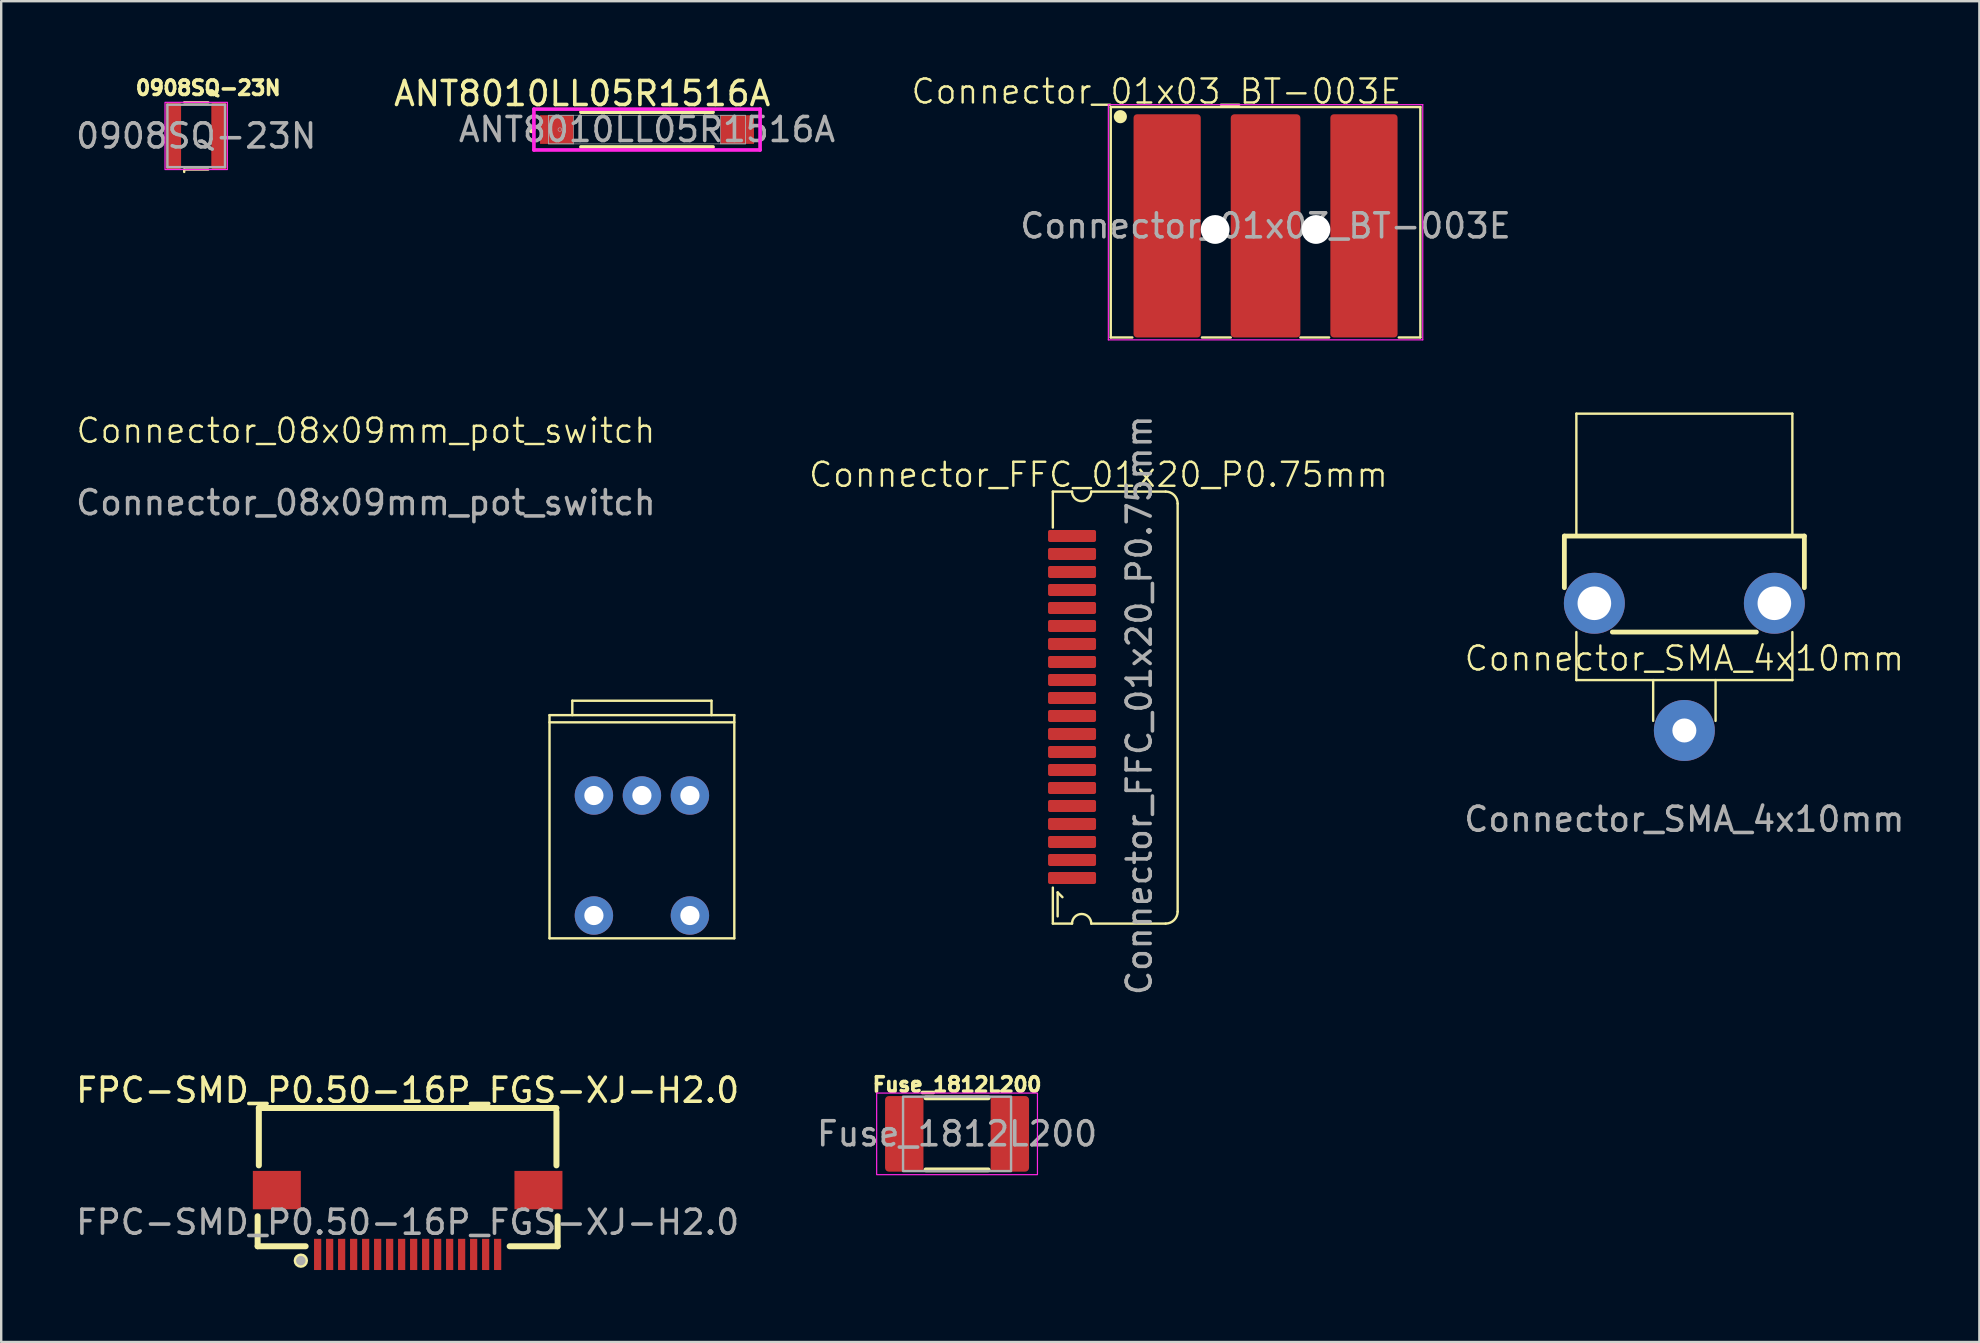
<source format=kicad_pcb>
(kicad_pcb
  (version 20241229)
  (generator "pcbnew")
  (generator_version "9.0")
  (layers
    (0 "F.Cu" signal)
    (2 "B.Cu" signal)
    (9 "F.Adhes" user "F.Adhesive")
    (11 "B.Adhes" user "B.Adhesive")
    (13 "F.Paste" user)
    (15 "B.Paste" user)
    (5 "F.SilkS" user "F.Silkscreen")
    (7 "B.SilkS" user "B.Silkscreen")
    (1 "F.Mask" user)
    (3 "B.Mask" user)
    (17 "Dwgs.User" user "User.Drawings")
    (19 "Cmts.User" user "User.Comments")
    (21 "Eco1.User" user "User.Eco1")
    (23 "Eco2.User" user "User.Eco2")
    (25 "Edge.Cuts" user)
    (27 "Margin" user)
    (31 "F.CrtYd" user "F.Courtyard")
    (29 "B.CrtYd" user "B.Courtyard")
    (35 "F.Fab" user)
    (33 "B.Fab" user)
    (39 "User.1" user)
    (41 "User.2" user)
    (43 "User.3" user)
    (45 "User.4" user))
  (footprint "Connector_08x09mm_pot_switch"
    (layer "F.Cu")
    (at 23.696 30.096)
    (property "Reference" "Connector_08x09mm_pot_switch" (at -11.5 -15.2 0) (unlocked yes) (layer "F.SilkS") (effects (font (size 1 1) (thickness 0.1))))
    (attr through_hole)
    (fp_line (start -3.85 -3.35) (end 3.85 -3.35) (stroke (width 0.1) (type default)) (layer "F.SilkS"))
    (fp_line (start -3.85 -3.05) (end 3.85 -3.05) (stroke (width 0.1) (type default)) (layer "F.SilkS"))
    (fp_line (start -3.85 5.95) (end -3.85 -3.35) (stroke (width 0.1) (type default)) (layer "F.SilkS"))
    (fp_line (start -2.9 -3.95) (end 2.9 -3.95) (stroke (width 0.1) (type default)) (layer "F.SilkS"))
    (fp_line (start -2.9 -3.35) (end -2.9 -3.95) (stroke (width 0.1) (type default)) (layer "F.SilkS"))
    (fp_line (start 2.9 -3.95) (end 2.9 -3.35) (stroke (width 0.1) (type default)) (layer "F.SilkS"))
    (fp_line (start 3.85 -3.35) (end 3.85 5.95) (stroke (width 0.1) (type default)) (layer "F.SilkS"))
    (fp_line (start 3.85 5.95) (end -3.85 5.95) (stroke (width 0.1) (type default)) (layer "F.SilkS"))
    (fp_text user "${REFERENCE}" (at -11.5 -12.2 0) (unlocked yes) (layer "F.Fab") (effects (font (size 1 1) (thickness 0.15))))
    (pad "1" thru_hole circle (at -2 0) (size 1.6 1.6) (drill 0.8) (layers "*.Cu" "*.Mask"))
    (pad "2" thru_hole circle (at 0 0) (size 1.6 1.6) (drill 0.8) (layers "*.Cu" "*.Mask"))
    (pad "3" thru_hole circle (at 2 0) (size 1.6 1.6) (drill 0.8) (layers "*.Cu" "*.Mask"))
    (pad "S1" thru_hole circle (at -2 5) (size 1.6 1.6) (drill 0.8) (layers "*.Cu" "*.Mask"))
    (pad "S2" thru_hole circle (at 2 5) (size 1.6 1.6) (drill 0.8) (layers "*.Cu" "*.Mask")))
  (footprint "Connector_FFC_01x20_P0.75mm"
    (layer "F.Cu")
    (at 41.618 33.532)
    (property "Reference" "Connector_FFC_01x20_P0.75mm" (at 1.1 -16.8 0) (unlocked yes) (layer "F.SilkS") (effects (font (size 1 1) (thickness 0.1))))
    (attr exclude_from_pos_files exclude_from_bom)
    (fp_line (start -0.8 -16.1) (end -0.8 -14.6) (stroke (width 0.1) (type default)) (layer "F.SilkS"))
    (fp_line (start -0.8 0.4) (end -0.8 1.9) (stroke (width 0.1) (type default)) (layer "F.SilkS"))
    (fp_line (start -0.6 0.6) (end -0.4 0.8) (stroke (width 0.1) (type default)) (layer "F.SilkS"))
    (fp_line (start -0.6 1.6) (end -0.6 0.6) (stroke (width 0.1) (type default)) (layer "F.SilkS"))
    (fp_line (start 0 -16.1) (end -0.8 -16.1) (stroke (width 0.1) (type default)) (layer "F.SilkS"))
    (fp_line (start 0 1.9) (end -0.8 1.9) (stroke (width 0.1) (type default)) (layer "F.SilkS"))
    (fp_line (start 0.8 1.9) (end 3.9 1.9) (stroke (width 0.1) (type default)) (layer "F.SilkS"))
    (fp_line (start 3.9 -16.1) (end 0.8 -16.1) (stroke (width 0.1) (type default)) (layer "F.SilkS"))
    (fp_line (start 4.4 1.4) (end 4.4 -15.6) (stroke (width 0.1) (type default)) (layer "F.SilkS"))
    (fp_arc (start 0 1.9) (mid 0.4 1.5) (end 0.8 1.9) (stroke (width 0.1) (type default)) (layer "F.SilkS"))
    (fp_arc (start 0.8 -16.1) (mid 0.4 -15.7) (end 0 -16.1) (stroke (width 0.1) (type default)) (layer "F.SilkS"))
    (fp_arc (start 3.9 -16.1) (mid 4.253553 -15.953553) (end 4.4 -15.6) (stroke (width 0.1) (type default)) (layer "F.SilkS"))
    (fp_arc (start 4.400001 1.400001) (mid 4.253554 1.753554) (end 3.900001 1.900001) (stroke (width 0.1) (type default)) (layer "F.SilkS"))
    (fp_text user "${REFERENCE}" (at 2.8 -7.2 90) (unlocked yes) (layer "F.Fab") (effects (font (size 1 1) (thickness 0.15))))
    (pad "1" smd roundrect (at 0 0) (size 2 0.5) (layers "F.Cu" "F.Mask" "F.Paste") (roundrect_rratio 0.156))
    (pad "2" smd roundrect (at 0 -0.75) (size 2 0.5) (layers "F.Cu" "F.Mask" "F.Paste") (roundrect_rratio 0.156))
    (pad "3" smd roundrect (at 0 -1.5) (size 2 0.5) (layers "F.Cu" "F.Mask" "F.Paste") (roundrect_rratio 0.156))
    (pad "4" smd roundrect (at 0 -2.25) (size 2 0.5) (layers "F.Cu" "F.Mask" "F.Paste") (roundrect_rratio 0.156))
    (pad "5" smd roundrect (at 0 -3) (size 2 0.5) (layers "F.Cu" "F.Mask" "F.Paste") (roundrect_rratio 0.156))
    (pad "6" smd roundrect (at 0 -3.75) (size 2 0.5) (layers "F.Cu" "F.Mask" "F.Paste") (roundrect_rratio 0.156))
    (pad "7" smd roundrect (at 0 -4.5) (size 2 0.5) (layers "F.Cu" "F.Mask" "F.Paste") (roundrect_rratio 0.156))
    (pad "8" smd roundrect (at 0 -5.25) (size 2 0.5) (layers "F.Cu" "F.Mask" "F.Paste") (roundrect_rratio 0.156))
    (pad "9" smd roundrect (at 0 -6) (size 2 0.5) (layers "F.Cu" "F.Mask" "F.Paste") (roundrect_rratio 0.156))
    (pad "10" smd roundrect (at 0 -6.75) (size 2 0.5) (layers "F.Cu" "F.Mask" "F.Paste") (roundrect_rratio 0.156))
    (pad "11" smd roundrect (at 0 -7.5) (size 2 0.5) (layers "F.Cu" "F.Mask" "F.Paste") (roundrect_rratio 0.156))
    (pad "12" smd roundrect (at 0 -8.25) (size 2 0.5) (layers "F.Cu" "F.Mask" "F.Paste") (roundrect_rratio 0.156))
    (pad "13" smd roundrect (at 0 -9) (size 2 0.5) (layers "F.Cu" "F.Mask" "F.Paste") (roundrect_rratio 0.156))
    (pad "14" smd roundrect (at 0 -9.75) (size 2 0.5) (layers "F.Cu" "F.Mask" "F.Paste") (roundrect_rratio 0.156))
    (pad "15" smd roundrect (at 0 -10.5) (size 2 0.5) (layers "F.Cu" "F.Mask" "F.Paste") (roundrect_rratio 0.156))
    (pad "16" smd roundrect (at 0 -11.25) (size 2 0.5) (layers "F.Cu" "F.Mask" "F.Paste") (roundrect_rratio 0.156))
    (pad "17" smd roundrect (at 0 -12) (size 2 0.5) (layers "F.Cu" "F.Mask" "F.Paste") (roundrect_rratio 0.156))
    (pad "18" smd roundrect (at 0 -12.75) (size 2 0.5) (layers "F.Cu" "F.Mask" "F.Paste") (roundrect_rratio 0.156))
    (pad "19" smd roundrect (at 0 -13.5) (size 2 0.5) (layers "F.Cu" "F.Mask" "F.Paste") (roundrect_rratio 0.156))
    (pad "20" smd roundrect (at 0 -14.25) (size 2 0.5) (layers "F.Cu" "F.Mask" "F.Paste") (roundrect_rratio 0.156)))
  (footprint "Fuse_1812L200"
    (layer "F.Cu")
    (at 36.827 44.193)
    (property "Reference" "Fuse_1812L200" (at 0 -2.05 0) (unlocked yes) (layer "F.SilkS") (effects (font (size 0.6 0.6) (thickness 0.15) (bold yes))))
    (attr smd)
    (fp_line (start -1.3 -1.5) (end 1.3 -1.5) (stroke (width 0.2) (type default)) (layer "F.SilkS"))
    (fp_line (start 1.3 1.5) (end -1.3 1.5) (stroke (width 0.2) (type default)) (layer "F.SilkS"))
    (fp_rect (start -3.35 -1.7) (end 3.35 1.7) (stroke (width 0.05) (type default)) (fill no) (layer "F.CrtYd"))
    (fp_rect (start -2.25 -1.55) (end 2.25 1.55) (stroke (width 0.1) (type solid)) (fill no) (layer "F.Fab"))
    (fp_text user "${REFERENCE}" (at 0 0 0) (unlocked yes) (layer "F.Fab") (effects (font (size 1 1) (thickness 0.15))))
    (pad "1" smd roundrect (at -2.2 0) (size 1.6 3.15) (layers "F.Cu" "F.Mask" "F.Paste") (roundrect_rratio 0.1))
    (pad "2" smd roundrect (at 2.2 0) (size 1.6 3.15) (layers "F.Cu" "F.Mask" "F.Paste") (roundrect_rratio 0.1)))
  (footprint "FPC-SMD_P0.50-16P_FGS-XJ-H2.0"
    (layer "F.Cu")
    (at 13.935 47.877)
    (property "Reference" "FPC-SMD_P0.50-16P_FGS-XJ-H2.0" (at 0 -5.5 0) (layer "F.SilkS") (effects (font (size 1 1) (thickness 0.15))))
    (attr smd)
    (fp_line (start -6.25 -0.25) (end -6.25 1) (stroke (width 0.25) (type solid)) (layer "F.SilkS"))
    (fp_line (start -6.25 1) (end -4.25 1) (stroke (width 0.25) (type solid)) (layer "F.SilkS"))
    (fp_line (start -6.2 -4.76) (end 6.2 -4.76) (stroke (width 0.25) (type solid)) (layer "F.SilkS"))
    (fp_line (start -6.2 -2.37) (end -6.2 -4.76) (stroke (width 0.25) (type solid)) (layer "F.SilkS"))
    (fp_line (start 6.2 -2.37) (end 6.2 -4.61) (stroke (width 0.25) (type solid)) (layer "F.SilkS"))
    (fp_line (start 6.25 -0.25) (end 6.25 1) (stroke (width 0.25) (type solid)) (layer "F.SilkS"))
    (fp_line (start 6.25 1) (end 4.25 1) (stroke (width 0.25) (type solid)) (layer "F.SilkS"))
    (fp_circle (center -4.45 1.6) (end -4.3 1.6) (stroke (width 0.3) (type solid)) (fill no) (layer "F.SilkS"))
    (fp_circle (center -4.45 1.6) (end -4.35 1.6) (stroke (width 0.2) (type solid)) (fill no) (layer "F.Fab"))
    (fp_text user "${REFERENCE}" (at 0 0 0) (layer "F.Fab") (effects (font (size 1 1) (thickness 0.15))))
    (pad "1" smd rect (at -3.75 1.34) (size 0.3 1.3) (layers "F.Cu" "F.Mask" "F.Paste"))
    (pad "2" smd rect (at -3.25 1.34) (size 0.3 1.3) (layers "F.Cu" "F.Mask" "F.Paste"))
    (pad "3" smd rect (at -2.75 1.34) (size 0.3 1.3) (layers "F.Cu" "F.Mask" "F.Paste"))
    (pad "4" smd rect (at -2.25 1.34) (size 0.3 1.3) (layers "F.Cu" "F.Mask" "F.Paste"))
    (pad "5" smd rect (at -1.75 1.34) (size 0.3 1.3) (layers "F.Cu" "F.Mask" "F.Paste"))
    (pad "6" smd rect (at -1.25 1.34) (size 0.3 1.3) (layers "F.Cu" "F.Mask" "F.Paste"))
    (pad "7" smd rect (at -0.75 1.34) (size 0.3 1.3) (layers "F.Cu" "F.Mask" "F.Paste"))
    (pad "8" smd rect (at -0.25 1.34) (size 0.3 1.3) (layers "F.Cu" "F.Mask" "F.Paste"))
    (pad "9" smd rect (at 0.25 1.34) (size 0.3 1.3) (layers "F.Cu" "F.Mask" "F.Paste"))
    (pad "10" smd rect (at 0.75 1.34) (size 0.3 1.3) (layers "F.Cu" "F.Mask" "F.Paste"))
    (pad "11" smd rect (at 1.25 1.34) (size 0.3 1.3) (layers "F.Cu" "F.Mask" "F.Paste"))
    (pad "12" smd rect (at 1.75 1.34) (size 0.3 1.3) (layers "F.Cu" "F.Mask" "F.Paste"))
    (pad "13" smd rect (at 2.25 1.34) (size 0.3 1.3) (layers "F.Cu" "F.Mask" "F.Paste"))
    (pad "14" smd rect (at 2.75 1.34) (size 0.3 1.3) (layers "F.Cu" "F.Mask" "F.Paste"))
    (pad "15" smd rect (at 3.25 1.34) (size 0.3 1.3) (layers "F.Cu" "F.Mask" "F.Paste"))
    (pad "16" smd rect (at 3.75 1.34) (size 0.3 1.3) (layers "F.Cu" "F.Mask" "F.Paste"))
    (pad "MP" smd rect (at -5.45 -1.34 270) (size 1.6 2) (layers "F.Cu" "F.Mask" "F.Paste"))
    (pad "MP" smd rect (at 5.45 -1.34 270) (size 1.6 2) (layers "F.Cu" "F.Mask" "F.Paste")))
  (footprint "Connector_01x03_BT-003E"
    (layer "F.Cu")
    (at 49.681 6.361)
    (property "Reference" "Connector_01x03_BT-003E" (at -4.55 -5.6 0) (unlocked yes) (layer "F.SilkS") (effects (font (size 1 1) (thickness 0.1))))
    (attr smd)
    (fp_line (start -6.45 -4.95) (end -6.45 4.65) (stroke (width 0.1) (type default)) (layer "F.SilkS"))
    (fp_line (start -6.45 4.65) (end -5.55 4.65) (stroke (width 0.1) (type default)) (layer "F.SilkS"))
    (fp_line (start -1.45 4.65) (end -2.65 4.65) (stroke (width 0.1) (type default)) (layer "F.SilkS"))
    (fp_line (start 2.65 4.65) (end 1.45 4.65) (stroke (width 0.1) (type default)) (layer "F.SilkS"))
    (fp_line (start 6.45 -4.95) (end -6.45 -4.95) (stroke (width 0.1) (type default)) (layer "F.SilkS"))
    (fp_line (start 6.45 4.65) (end 5.55 4.65) (stroke (width 0.1) (type default)) (layer "F.SilkS"))
    (fp_line (start 6.45 4.65) (end 6.45 -4.95) (stroke (width 0.1) (type default)) (layer "F.SilkS"))
    (fp_circle (center -6.05 -4.55) (end -5.85 -4.45) (stroke (width 0.1) (type solid)) (fill yes) (layer "F.SilkS"))
    (fp_line (start -6.55 -5.05) (end -6.55 4.75) (stroke (width 0.05) (type default)) (layer "F.CrtYd"))
    (fp_line (start -6.55 4.75) (end 6.55 4.75) (stroke (width 0.05) (type default)) (layer "F.CrtYd"))
    (fp_line (start 6.55 -5.05) (end -6.55 -5.05) (stroke (width 0.05) (type default)) (layer "F.CrtYd"))
    (fp_line (start 6.55 4.75) (end 6.55 -5.05) (stroke (width 0.05) (type default)) (layer "F.CrtYd"))
    (fp_text user "${REFERENCE}" (at 0 0 0) (unlocked yes) (layer "F.Fab") (effects (font (size 1 1) (thickness 0.15))))
    (pad "" np_thru_hole circle (at -2.1 0.15) (size 1.2 1.2) (drill 1.2) (layers "*.Cu" "*.Mask"))
    (pad "" np_thru_hole circle (at 2.1 0.15) (size 1.2 1.2) (drill 1.2) (layers "*.Cu" "*.Mask"))
    (pad "1" smd roundrect (at -4.1 0) (size 2.8 9.3) (layers "F.Cu" "F.Mask" "F.Paste") (roundrect_rratio 0.052))
    (pad "2" smd roundrect (at 0 0) (size 2.9 9.3) (layers "F.Cu" "F.Mask" "F.Paste") (roundrect_rratio 0.052))
    (pad "3" smd roundrect (at 4.1 0) (size 2.8 9.3) (layers "F.Cu" "F.Mask" "F.Paste") (roundrect_rratio 0.052)))
  (footprint "ANT8010LL05R1516A"
    (layer "F.Cu")
    (at 23.908 2.348)
    (property "Reference" "ANT8010LL05R1516A" (at -2.7 -1.5 0) (unlocked yes) (layer "F.SilkS") (effects (font (size 1 1) (thickness 0.15))))
    (attr smd)
    (fp_line (start -2.753 0.724) (end 2.753 0.724) (stroke (width 0.152) (type solid)) (layer "F.SilkS"))
    (fp_line (start 2.753 -0.724) (end -2.753 -0.724) (stroke (width 0.152) (type solid)) (layer "F.SilkS"))
    (fp_circle (center -4.8 0) (end -4.724 0) (stroke (width 0.152) (type solid)) (fill no) (layer "F.SilkS"))
    (fp_line (start -4.712 -0.851) (end 4.712 -0.851) (stroke (width 0.152) (type solid)) (layer "F.CrtYd"))
    (fp_line (start -4.712 0.851) (end -4.712 -0.851) (stroke (width 0.152) (type solid)) (layer "F.CrtYd"))
    (fp_line (start 4.712 -0.851) (end 4.712 0.851) (stroke (width 0.152) (type solid)) (layer "F.CrtYd"))
    (fp_line (start 4.712 0.851) (end -4.712 0.851) (stroke (width 0.152) (type solid)) (layer "F.CrtYd"))
    (fp_line (start -4.102 -0.597) (end -4.102 0.597) (stroke (width 0.025) (type solid)) (layer "F.Fab"))
    (fp_line (start -4.102 -0.597) (end -4.102 0.597) (stroke (width 0.025) (type solid)) (layer "F.Fab"))
    (fp_line (start -4.102 0.597) (end -3.061 0.597) (stroke (width 0.025) (type solid)) (layer "F.Fab"))
    (fp_line (start -4.102 0.597) (end 4.102 0.597) (stroke (width 0.025) (type solid)) (layer "F.Fab"))
    (fp_line (start -3.061 -0.597) (end -4.102 -0.597) (stroke (width 0.025) (type solid)) (layer "F.Fab"))
    (fp_line (start -3.061 0.597) (end -3.061 -0.597) (stroke (width 0.025) (type solid)) (layer "F.Fab"))
    (fp_line (start 3.061 -0.597) (end 3.061 0.597) (stroke (width 0.025) (type solid)) (layer "F.Fab"))
    (fp_line (start 3.061 0.597) (end 4.102 0.597) (stroke (width 0.025) (type solid)) (layer "F.Fab"))
    (fp_line (start 4.102 -0.597) (end -4.102 -0.597) (stroke (width 0.025) (type solid)) (layer "F.Fab"))
    (fp_line (start 4.102 -0.597) (end 3.061 -0.597) (stroke (width 0.025) (type solid)) (layer "F.Fab"))
    (fp_line (start 4.102 0.597) (end 4.102 -0.597) (stroke (width 0.025) (type solid)) (layer "F.Fab"))
    (fp_line (start 4.102 0.597) (end 4.102 -0.597) (stroke (width 0.025) (type solid)) (layer "F.Fab"))
    (fp_circle (center -3.632 0) (end -3.556 0) (stroke (width 0.025) (type solid)) (fill no) (layer "F.Fab"))
    (fp_text user "${REFERENCE}" (at 0 0 0) (unlocked yes) (layer "F.Fab") (effects (font (size 1 1) (thickness 0.15))))
    (pad "1" smd rect (at -3.759 0) (size 1.397 1.194) (layers "F.Cu" "F.Mask" "F.Paste"))
    (pad "2" smd rect (at 3.759 0) (size 1.397 1.194) (layers "F.Cu" "F.Mask" "F.Paste"))
    (zone (net_name "") (layer "F.Cu") (hatch full 0.508) (connect_pads) (min_thickness 0.254) (filled_areas_thickness no) (keepout (tracks not_allowed) (vias not_allowed) (pads allowed) (copperpour not_allowed) (footprints allowed)) (placement (enabled no)) (fill) (polygon (pts (xy 20.898 1.802) (xy 26.918 1.802) (xy 26.918 2.894) (xy 20.898 2.894)))))
  (footprint "0908SQ-23N"
    (layer "F.Cu")
    (at 5.125 2.614)
    (property "Reference" "0908SQ-23N" (at 0.5 -2 0) (unlocked yes) (layer "F.SilkS") (effects (font (size 0.6 0.6) (thickness 0.15))))
    (attr smd)
    (fp_line (start -0.5 -1.4) (end 0.5 -1.4) (stroke (width 0.1) (type default)) (layer "F.SilkS"))
    (fp_line (start -0.5 1.4) (end -0.5 1.5) (stroke (width 0.1) (type default)) (layer "F.SilkS"))
    (fp_line (start -0.5 1.4) (end 0.5 1.4) (stroke (width 0.1) (type default)) (layer "F.SilkS"))
    (fp_rect (start -1.3 -1.4) (end 1.3 1.4) (stroke (width 0.05) (type default)) (fill no) (layer "F.CrtYd"))
    (fp_line (start -1.2 -1.3) (end -1.2 1.3) (stroke (width 0.1) (type default)) (layer "F.Fab"))
    (fp_line (start -1.2 -1.3) (end 1.2 -1.3) (stroke (width 0.1) (type default)) (layer "F.Fab"))
    (fp_line (start -1.2 1.3) (end 1.2 1.3) (stroke (width 0.1) (type default)) (layer "F.Fab"))
    (fp_line (start 1.2 1.3) (end 1.2 -1.3) (stroke (width 0.1) (type default)) (layer "F.Fab"))
    (fp_text user "${REFERENCE}" (at 0 0 0) (unlocked yes) (layer "F.Fab") (effects (font (size 1 1) (thickness 0.15))))
    (pad "1" smd roundrect (at -0.95 0) (size 0.64 2.8) (layers "F.Cu" "F.Mask" "F.Paste") (roundrect_rratio 0.15))
    (pad "2" smd roundrect (at 0.95 0) (size 0.64 2.8) (layers "F.Cu" "F.Mask" "F.Paste") (roundrect_rratio 0.15)))
  (footprint "Connector_SMA_4x10mm"
    (layer "F.Cu")
    (at 67.131 27.386)
    (property "Reference" "Connector_SMA_4x10mm" (at 0 -3 0) (unlocked yes) (layer "F.SilkS") (effects (font (size 1 1) (thickness 0.1))))
    (attr through_hole)
    (fp_line (start -5 -8.1) (end 5 -8.1) (stroke (width 0.2) (type default)) (layer "F.SilkS"))
    (fp_line (start -5 -5.95) (end -5 -8.1) (stroke (width 0.2) (type default)) (layer "F.SilkS"))
    (fp_line (start -4.5 -13.2) (end 4.5 -13.2) (stroke (width 0.1) (type default)) (layer "F.SilkS"))
    (fp_line (start -4.5 -8.15) (end -4.5 -13.2) (stroke (width 0.1) (type default)) (layer "F.SilkS"))
    (fp_line (start -4.5 -4.1) (end -4.5 -2.1) (stroke (width 0.1) (type default)) (layer "F.SilkS"))
    (fp_line (start -4.5 -2.1) (end 4.5 -2.1) (stroke (width 0.1) (type default)) (layer "F.SilkS"))
    (fp_line (start -1.3 -0.4) (end -1.3 -2.1) (stroke (width 0.1) (type default)) (layer "F.SilkS"))
    (fp_line (start 1.3 -0.4) (end 1.3 -2.1) (stroke (width 0.1) (type default)) (layer "F.SilkS"))
    (fp_line (start 3 -4.1) (end -3 -4.1) (stroke (width 0.2) (type default)) (layer "F.SilkS"))
    (fp_line (start 4.5 -13.2) (end 4.5 -8.1) (stroke (width 0.1) (type default)) (layer "F.SilkS"))
    (fp_line (start 4.5 -2.1) (end 4.5 -4.1) (stroke (width 0.1) (type default)) (layer "F.SilkS"))
    (fp_line (start 5 -8.1) (end 5 -5.95) (stroke (width 0.2) (type default)) (layer "F.SilkS"))
    (fp_text user "${REFERENCE}" (at 0 3.7 0) (unlocked yes) (layer "F.Fab") (effects (font (size 1 1) (thickness 0.15))))
    (pad "1" thru_hole circle (at 0 0) (size 2.54 2.54) (drill 1) (layers "*.Cu" "*.Mask"))
    (pad "2" thru_hole circle (at -3.75 -5.3) (size 2.54 2.54) (drill 1.4) (layers "*.Cu" "*.Mask"))
    (pad "2" thru_hole circle (at 3.75 -5.3) (size 2.54 2.54) (drill 1.4) (layers "*.Cu" "*.Mask")))
  (gr_rect
    (start -3 -3)
    (end 79.423 52.867)
    (stroke (width 0.1) (type default))
    (fill no)
    (layer "Edge.Cuts")))
</source>
